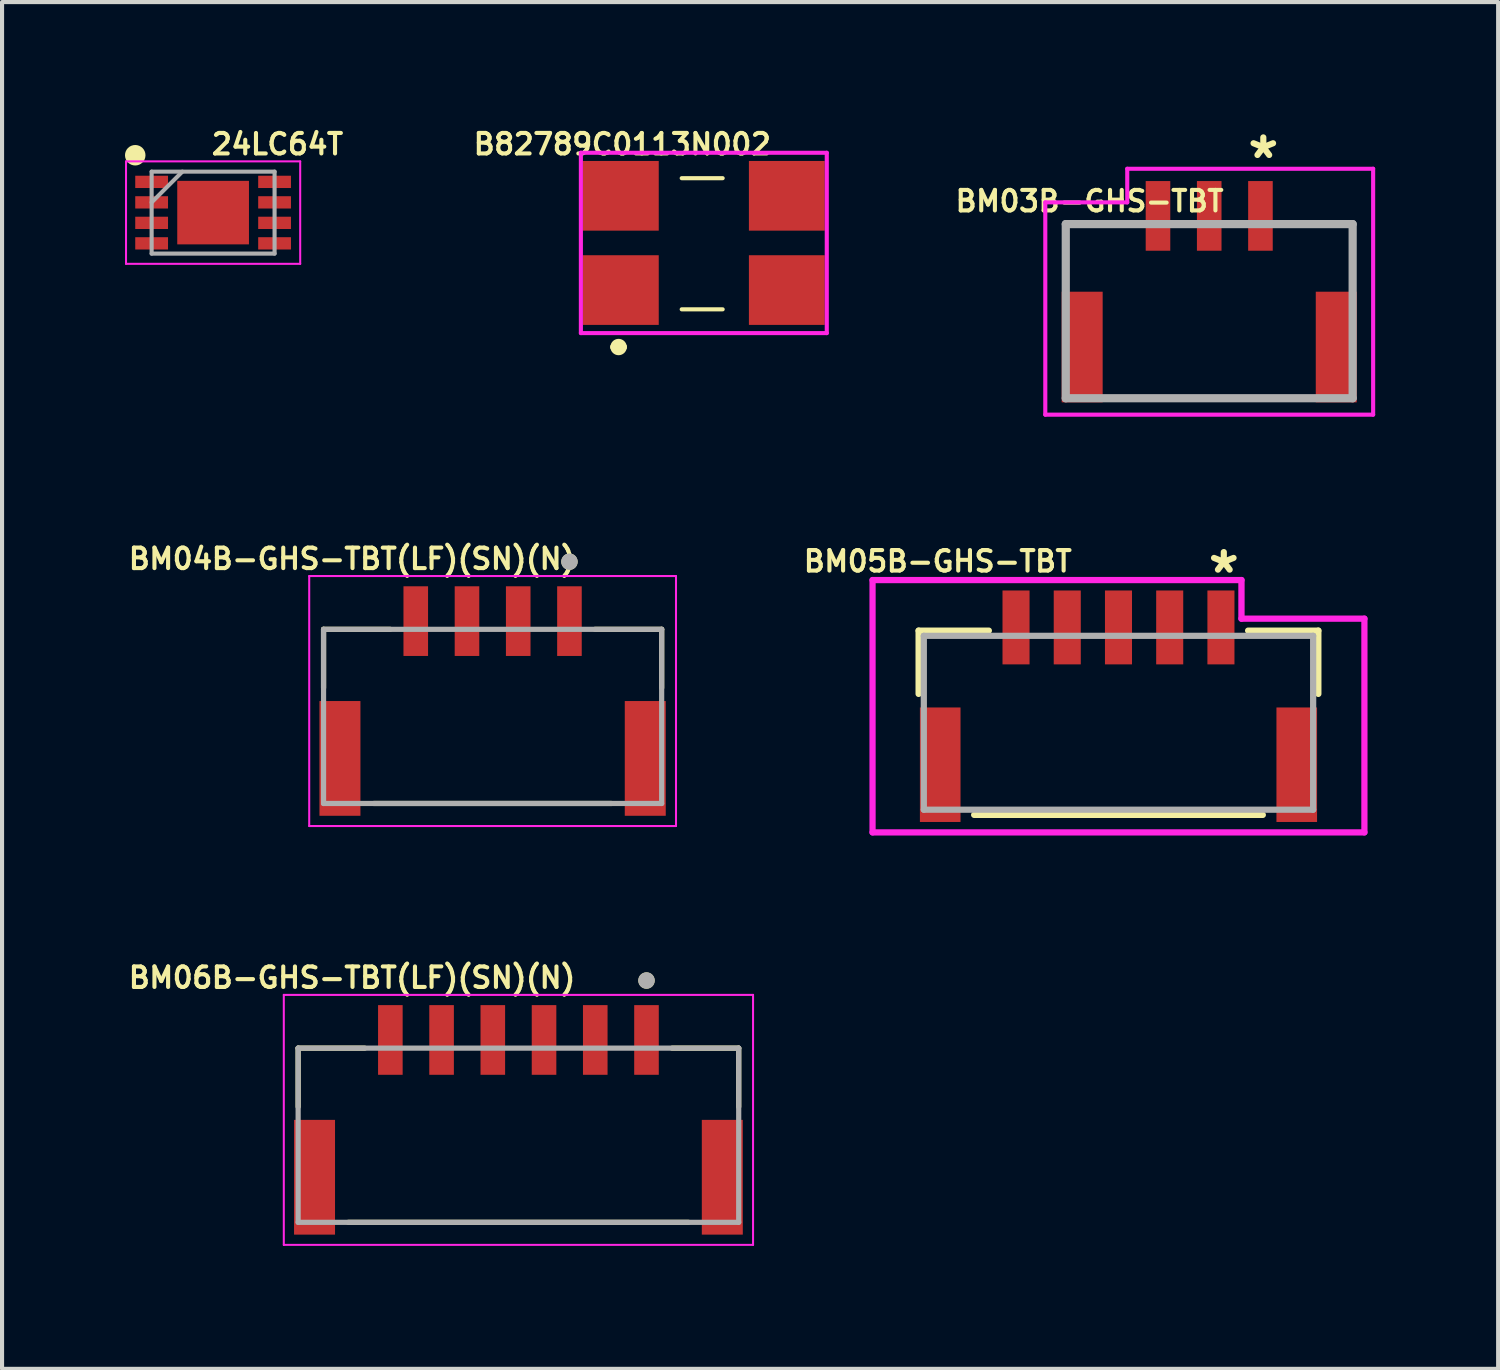
<source format=kicad_pcb>
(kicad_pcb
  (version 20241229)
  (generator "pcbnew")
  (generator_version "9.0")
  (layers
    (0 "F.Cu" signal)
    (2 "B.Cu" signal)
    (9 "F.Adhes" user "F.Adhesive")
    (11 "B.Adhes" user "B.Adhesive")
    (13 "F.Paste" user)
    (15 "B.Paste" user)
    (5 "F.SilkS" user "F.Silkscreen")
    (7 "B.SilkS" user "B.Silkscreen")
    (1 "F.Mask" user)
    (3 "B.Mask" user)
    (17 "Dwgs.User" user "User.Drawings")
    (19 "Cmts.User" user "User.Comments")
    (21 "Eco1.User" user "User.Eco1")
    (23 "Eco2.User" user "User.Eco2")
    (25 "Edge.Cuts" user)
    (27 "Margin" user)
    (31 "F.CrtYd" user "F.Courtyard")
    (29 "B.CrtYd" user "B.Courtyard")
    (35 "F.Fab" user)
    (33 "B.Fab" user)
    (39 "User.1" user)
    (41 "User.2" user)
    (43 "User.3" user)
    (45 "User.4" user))
  (footprint "BM05B-GHS-TBT"
    (layer "F.Cu")
    (at 24.242 14.586)
    (property "Reference" "BM05B-GHS-TBT" (at -4.41 -3.94 0) (layer "F.SilkS") (effects (font (size 0.5 0.5) (thickness 0.1))))
    (attr through_hole)
    (fp_line (start -4.877 -2.248) (end -4.877 -0.704) (stroke (width 0.152) (type solid)) (layer "F.SilkS"))
    (fp_line (start -3.522 2.248) (end 3.522 2.248) (stroke (width 0.152) (type solid)) (layer "F.SilkS"))
    (fp_line (start -3.163 -2.248) (end -4.877 -2.248) (stroke (width 0.152) (type solid)) (layer "F.SilkS"))
    (fp_line (start 4.877 -2.248) (end 3.163 -2.248) (stroke (width 0.152) (type solid)) (layer "F.SilkS"))
    (fp_line (start 4.877 -0.704) (end 4.877 -2.248) (stroke (width 0.152) (type solid)) (layer "F.SilkS"))
    (fp_line (start -6.001 -3.482) (end -6.001 2.675) (stroke (width 0.152) (type solid)) (layer "F.CrtYd"))
    (fp_line (start -6.001 2.675) (end 6.001 2.675) (stroke (width 0.152) (type solid)) (layer "F.CrtYd"))
    (fp_line (start 3.001 -3.482) (end -6.001 -3.482) (stroke (width 0.152) (type solid)) (layer "F.CrtYd"))
    (fp_line (start 3.001 -3.482) (end 3.001 -2.54) (stroke (width 0.154) (type solid)) (layer "F.CrtYd"))
    (fp_line (start 3.001 -2.54) (end 6.001 -2.54) (stroke (width 0.154) (type solid)) (layer "F.CrtYd"))
    (fp_line (start 6.001 2.675) (end 6.001 -2.54) (stroke (width 0.152) (type solid)) (layer "F.CrtYd"))
    (fp_line (start -4.75 -2.121) (end -4.75 2.121) (stroke (width 0.152) (type solid)) (layer "F.Fab"))
    (fp_line (start -4.75 2.121) (end 4.75 2.121) (stroke (width 0.152) (type solid)) (layer "F.Fab"))
    (fp_line (start 4.75 -2.121) (end -4.75 -2.121) (stroke (width 0.152) (type solid)) (layer "F.Fab"))
    (fp_line (start 4.75 2.121) (end 4.75 -2.121) (stroke (width 0.152) (type solid)) (layer "F.Fab"))
    (fp_text user "*" (at 2.57 -3.62 0) (layer "F.SilkS") (effects (font (size 1 1) (thickness 0.15))))
    (pad "1" smd rect (at 2.5 -2.326) (size 0.66 1.803) (layers "F.Cu" "F.Mask" "F.Paste"))
    (pad "2" smd rect (at 1.25 -2.326) (size 0.66 1.803) (layers "F.Cu" "F.Mask" "F.Paste"))
    (pad "3" smd rect (at 0 -2.326) (size 0.66 1.803) (layers "F.Cu" "F.Mask" "F.Paste"))
    (pad "4" smd rect (at -1.25 -2.326) (size 0.66 1.803) (layers "F.Cu" "F.Mask" "F.Paste"))
    (pad "5" smd rect (at -2.5 -2.326) (size 0.66 1.803) (layers "F.Cu" "F.Mask" "F.Paste"))
    (pad "S1" smd rect (at -4.35 1.024 90) (size 2.794 0.991) (layers "F.Cu" "F.Mask" "F.Paste"))
    (pad "S2" smd rect (at 4.35 1.024 90) (size 2.794 0.991) (layers "F.Cu" "F.Mask" "F.Paste")))
  (footprint "B82789C0113N002"
    (layer "F.Cu")
    (at 14.124 2.878)
    (property "Reference" "B82789C0113N002" (at -1.99 -2.41 0) (layer "F.SilkS") (effects (font (size 0.5 0.5) (thickness 0.1))))
    (attr smd)
    (fp_line (start -2.18 2.54) (end -2.18 2.54) (stroke (width 0.2) (type solid)) (layer "F.SilkS"))
    (fp_line (start -1.98 2.54) (end -1.98 2.54) (stroke (width 0.2) (type solid)) (layer "F.SilkS"))
    (fp_line (start -0.54 -1.58) (end 0.46 -1.58) (stroke (width 0.1) (type solid)) (layer "F.SilkS"))
    (fp_line (start -0.54 1.62) (end 0.46 1.62) (stroke (width 0.1) (type solid)) (layer "F.SilkS"))
    (fp_arc (start -2.18 2.54) (mid -2.08 2.44) (end -1.98 2.54) (stroke (width 0.2) (type solid)) (layer "F.SilkS"))
    (fp_arc (start -1.98 2.54) (mid -2.08 2.64) (end -2.18 2.54) (stroke (width 0.2) (type solid)) (layer "F.SilkS"))
    (fp_line (start -3 -2.2) (end 3 -2.2) (stroke (width 0.1) (type solid)) (layer "F.CrtYd"))
    (fp_line (start -3 2.2) (end -3 -2.2) (stroke (width 0.1) (type solid)) (layer "F.CrtYd"))
    (fp_line (start 3 -2.2) (end 3 2.2) (stroke (width 0.1) (type solid)) (layer "F.CrtYd"))
    (fp_line (start 3 2.2) (end -3 2.2) (stroke (width 0.1) (type solid)) (layer "F.CrtYd"))
    (pad "1" smd rect (at -2.025 1.15 90) (size 1.7 1.85) (layers "F.Cu" "F.Mask" "F.Paste"))
    (pad "2" smd rect (at 2.025 1.15 90) (size 1.7 1.85) (layers "F.Cu" "F.Mask" "F.Paste"))
    (pad "3" smd rect (at 2.025 -1.15 90) (size 1.7 1.85) (layers "F.Cu" "F.Mask" "F.Paste"))
    (pad "4" smd rect (at -2.025 -1.15 90) (size 1.7 1.85) (layers "F.Cu" "F.Mask" "F.Paste")))
  (footprint "BM03B-GHS-TBT"
    (layer "F.Cu")
    (at 26.456 3.068)
    (property "Reference" "BM03B-GHS-TBT" (at -2.92 -1.21 0) (layer "F.SilkS") (effects (font (size 0.5 0.5) (thickness 0.1))))
    (attr smd)
    (fp_line (start -3.5 -0.65) (end -3.5 0.656) (stroke (width 0.1) (type solid)) (layer "F.SilkS"))
    (fp_line (start -3.5 -0.65) (end -1.907 -0.65) (stroke (width 0.1) (type solid)) (layer "F.SilkS"))
    (fp_line (start 2.2 3.6) (end -2.2 3.6) (stroke (width 0.1) (type solid)) (layer "F.SilkS"))
    (fp_line (start 3.5 -0.65) (end 1.907 -0.65) (stroke (width 0.1) (type solid)) (layer "F.SilkS"))
    (fp_line (start 3.5 -0.65) (end 3.5 0.656) (stroke (width 0.1) (type solid)) (layer "F.SilkS"))
    (fp_line (start -4 -1.18) (end -4 4) (stroke (width 0.1) (type solid)) (layer "F.CrtYd"))
    (fp_line (start -4 4) (end 4 4) (stroke (width 0.1) (type solid)) (layer "F.CrtYd"))
    (fp_line (start -2 -2) (end -2 -1.18) (stroke (width 0.1) (type solid)) (layer "F.CrtYd"))
    (fp_line (start -2 -1.18) (end -4 -1.18) (stroke (width 0.1) (type solid)) (layer "F.CrtYd"))
    (fp_line (start 4 -2) (end -2 -2) (stroke (width 0.1) (type solid)) (layer "F.CrtYd"))
    (fp_line (start 4 4) (end 4 -2) (stroke (width 0.1) (type solid)) (layer "F.CrtYd"))
    (fp_line (start -3.5 -0.65) (end -3.5 3.6) (stroke (width 0.2) (type solid)) (layer "F.Fab"))
    (fp_line (start -3.5 3.6) (end 3.5 3.6) (stroke (width 0.2) (type solid)) (layer "F.Fab"))
    (fp_line (start 3.5 -0.65) (end -3.5 -0.65) (stroke (width 0.2) (type solid)) (layer "F.Fab"))
    (fp_line (start 3.5 3.6) (end 3.5 -0.65) (stroke (width 0.2) (type solid)) (layer "F.Fab"))
    (fp_text user "*" (at 1.32 -2.22 0) (layer "F.SilkS") (effects (font (size 1 1) (thickness 0.15))))
    (pad "1" smd rect (at 1.25 -0.85) (size 0.6 1.7) (layers "F.Cu" "F.Mask" "F.Paste"))
    (pad "2" smd rect (at 0 -0.85) (size 0.6 1.7) (layers "F.Cu" "F.Mask" "F.Paste"))
    (pad "3" smd rect (at -1.25 -0.85) (size 0.6 1.7) (layers "F.Cu" "F.Mask" "F.Paste"))
    (pad "4" smd rect (at 3.1 2.35) (size 1 2.7) (layers "F.Cu" "F.Mask" "F.Paste"))
    (pad "5" smd rect (at -3.1 2.35) (size 1 2.7) (layers "F.Cu" "F.Mask" "F.Paste")))
  (footprint "24LC64T"
    (layer "F.Cu")
    (at 2.15 2.138)
    (property "Reference" "24LC64T" (at 1.57 -1.67 0) (layer "F.SilkS") (effects (font (size 0.5 0.5) (thickness 0.1))))
    (attr smd)
    (fp_circle (center -1.9 -1.4) (end -1.9 -1.275) (stroke (width 0.25) (type solid)) (fill no) (layer "F.SilkS"))
    (fp_line (start -2.125 -1.25) (end 2.125 -1.25) (stroke (width 0.05) (type solid)) (layer "F.CrtYd"))
    (fp_line (start -2.125 1.25) (end -2.125 -1.25) (stroke (width 0.05) (type solid)) (layer "F.CrtYd"))
    (fp_line (start 2.125 -1.25) (end 2.125 1.25) (stroke (width 0.05) (type solid)) (layer "F.CrtYd"))
    (fp_line (start 2.125 1.25) (end -2.125 1.25) (stroke (width 0.05) (type solid)) (layer "F.CrtYd"))
    (fp_line (start -1.5 -1) (end 1.5 -1) (stroke (width 0.1) (type solid)) (layer "F.Fab"))
    (fp_line (start -1.5 -0.25) (end -0.75 -1) (stroke (width 0.1) (type solid)) (layer "F.Fab"))
    (fp_line (start -1.5 1) (end -1.5 -1) (stroke (width 0.1) (type solid)) (layer "F.Fab"))
    (fp_line (start 1.5 -1) (end 1.5 1) (stroke (width 0.1) (type solid)) (layer "F.Fab"))
    (fp_line (start 1.5 1) (end -1.5 1) (stroke (width 0.1) (type solid)) (layer "F.Fab"))
    (pad "1" smd rect (at -1.5 -0.75 90) (size 0.3 0.8) (layers "F.Cu" "F.Mask" "F.Paste"))
    (pad "2" smd rect (at -1.5 -0.25 90) (size 0.3 0.8) (layers "F.Cu" "F.Mask" "F.Paste"))
    (pad "3" smd rect (at -1.5 0.25 90) (size 0.3 0.8) (layers "F.Cu" "F.Mask" "F.Paste"))
    (pad "4" smd rect (at -1.5 0.75 90) (size 0.3 0.8) (layers "F.Cu" "F.Mask" "F.Paste"))
    (pad "5" smd rect (at 1.5 0.75 90) (size 0.3 0.8) (layers "F.Cu" "F.Mask" "F.Paste"))
    (pad "6" smd rect (at 1.5 0.25 90) (size 0.3 0.8) (layers "F.Cu" "F.Mask" "F.Paste"))
    (pad "7" smd rect (at 1.5 -0.25 90) (size 0.3 0.8) (layers "F.Cu" "F.Mask" "F.Paste"))
    (pad "8" smd rect (at 1.5 -0.75 90) (size 0.3 0.8) (layers "F.Cu" "F.Mask" "F.Paste"))
    (pad "9" smd rect (at 0 0 90) (size 1.55 1.75) (layers "F.Cu" "F.Mask" "F.Paste")))
  (footprint "BM04B-GHS-TBT(LF)(SN)(N)"
    (layer "F.Cu")
    (at 8.97 15.456)
    (property "Reference" "BM04B-GHS-TBT(LF)(SN)(N)" (at -3.43 -4.87 0) (layer "F.SilkS") (effects (font (size 0.5 0.5) (thickness 0.1))))
    (attr through_hole)
    (fp_line (start -4.125 -3.15) (end -2.5 -3.15) (stroke (width 0.127) (type solid)) (layer "F.SilkS"))
    (fp_line (start -4.125 -1.72) (end -4.125 -3.15) (stroke (width 0.127) (type solid)) (layer "F.SilkS"))
    (fp_line (start -2.9 1.1) (end 2.9 1.1) (stroke (width 0.127) (type solid)) (layer "F.SilkS"))
    (fp_line (start 2.5 -3.15) (end 4.125 -3.15) (stroke (width 0.127) (type solid)) (layer "F.SilkS"))
    (fp_line (start 4.125 -1.72) (end 4.125 -3.15) (stroke (width 0.127) (type solid)) (layer "F.SilkS"))
    (fp_circle (center 1.875 -4.8) (end 1.975 -4.8) (stroke (width 0.2) (type solid)) (fill no) (layer "F.SilkS"))
    (fp_line (start -4.475 -4.45) (end 4.475 -4.45) (stroke (width 0.05) (type solid)) (layer "F.CrtYd"))
    (fp_line (start -4.475 1.65) (end -4.475 -4.45) (stroke (width 0.05) (type solid)) (layer "F.CrtYd"))
    (fp_line (start 4.475 -4.45) (end 4.475 1.65) (stroke (width 0.05) (type solid)) (layer "F.CrtYd"))
    (fp_line (start 4.475 1.65) (end -4.475 1.65) (stroke (width 0.05) (type solid)) (layer "F.CrtYd"))
    (fp_line (start -4.125 -3.15) (end 4.125 -3.15) (stroke (width 0.127) (type solid)) (layer "F.Fab"))
    (fp_line (start -4.125 1.1) (end -4.125 -3.15) (stroke (width 0.127) (type solid)) (layer "F.Fab"))
    (fp_line (start 4.125 -3.15) (end 4.125 1.1) (stroke (width 0.127) (type solid)) (layer "F.Fab"))
    (fp_line (start 4.125 1.1) (end -4.125 1.1) (stroke (width 0.127) (type solid)) (layer "F.Fab"))
    (fp_circle (center 1.875 -4.8) (end 1.975 -4.8) (stroke (width 0.2) (type solid)) (fill no) (layer "F.Fab"))
    (pad "1" smd rect (at 1.875 -3.35) (size 0.6 1.7) (layers "F.Cu" "F.Mask" "F.Paste"))
    (pad "2" smd rect (at 0.625 -3.35) (size 0.6 1.7) (layers "F.Cu" "F.Mask" "F.Paste"))
    (pad "3" smd rect (at -0.625 -3.35) (size 0.6 1.7) (layers "F.Cu" "F.Mask" "F.Paste"))
    (pad "4" smd rect (at -1.875 -3.35) (size 0.6 1.7) (layers "F.Cu" "F.Mask" "F.Paste"))
    (pad "S1" smd rect (at -3.725 0) (size 1 2.8) (layers "F.Cu" "F.Mask" "F.Paste"))
    (pad "S2" smd rect (at 3.725 0) (size 1 2.8) (layers "F.Cu" "F.Mask" "F.Paste")))
  (footprint "BM06B-GHS-TBT(LF)(SN)(N)"
    (layer "F.Cu")
    (at 9.6 25.676)
    (property "Reference" "BM06B-GHS-TBT(LF)(SN)(N)" (at -4.06 -4.87 0) (layer "F.SilkS") (effects (font (size 0.5 0.5) (thickness 0.1))))
    (attr through_hole)
    (fp_line (start -5.375 -3.15) (end -3.75 -3.15) (stroke (width 0.127) (type solid)) (layer "F.SilkS"))
    (fp_line (start -5.375 -1.72) (end -5.375 -3.15) (stroke (width 0.127) (type solid)) (layer "F.SilkS"))
    (fp_line (start -4.15 1.1) (end 4.15 1.1) (stroke (width 0.127) (type solid)) (layer "F.SilkS"))
    (fp_line (start 3.75 -3.15) (end 5.375 -3.15) (stroke (width 0.127) (type solid)) (layer "F.SilkS"))
    (fp_line (start 5.375 -1.72) (end 5.375 -3.15) (stroke (width 0.127) (type solid)) (layer "F.SilkS"))
    (fp_circle (center 3.125 -4.8) (end 3.225 -4.8) (stroke (width 0.2) (type solid)) (fill no) (layer "F.SilkS"))
    (fp_line (start -5.725 -4.45) (end 5.725 -4.45) (stroke (width 0.05) (type solid)) (layer "F.CrtYd"))
    (fp_line (start -5.725 1.65) (end -5.725 -4.45) (stroke (width 0.05) (type solid)) (layer "F.CrtYd"))
    (fp_line (start 5.725 -4.45) (end 5.725 1.65) (stroke (width 0.05) (type solid)) (layer "F.CrtYd"))
    (fp_line (start 5.725 1.65) (end -5.725 1.65) (stroke (width 0.05) (type solid)) (layer "F.CrtYd"))
    (fp_line (start -5.375 -3.15) (end 5.375 -3.15) (stroke (width 0.127) (type solid)) (layer "F.Fab"))
    (fp_line (start -5.375 1.1) (end -5.375 -3.15) (stroke (width 0.127) (type solid)) (layer "F.Fab"))
    (fp_line (start 5.375 -3.15) (end 5.375 1.1) (stroke (width 0.127) (type solid)) (layer "F.Fab"))
    (fp_line (start 5.375 1.1) (end -5.375 1.1) (stroke (width 0.127) (type solid)) (layer "F.Fab"))
    (fp_circle (center 3.125 -4.8) (end 3.225 -4.8) (stroke (width 0.2) (type solid)) (fill no) (layer "F.Fab"))
    (pad "1" smd rect (at 3.125 -3.35) (size 0.6 1.7) (layers "F.Cu" "F.Mask" "F.Paste"))
    (pad "2" smd rect (at 1.875 -3.35) (size 0.6 1.7) (layers "F.Cu" "F.Mask" "F.Paste"))
    (pad "3" smd rect (at 0.625 -3.35) (size 0.6 1.7) (layers "F.Cu" "F.Mask" "F.Paste"))
    (pad "4" smd rect (at -0.625 -3.35) (size 0.6 1.7) (layers "F.Cu" "F.Mask" "F.Paste"))
    (pad "5" smd rect (at -1.875 -3.35) (size 0.6 1.7) (layers "F.Cu" "F.Mask" "F.Paste"))
    (pad "6" smd rect (at -3.125 -3.35) (size 0.6 1.7) (layers "F.Cu" "F.Mask" "F.Paste"))
    (pad "S1" smd rect (at -4.975 0) (size 1 2.8) (layers "F.Cu" "F.Mask" "F.Paste"))
    (pad "S2" smd rect (at 4.975 0) (size 1 2.8) (layers "F.Cu" "F.Mask" "F.Paste")))
  (gr_rect
    (start -3 -3)
    (end 33.506 30.351)
    (stroke (width 0.1) (type default))
    (fill no)
    (layer "Edge.Cuts")))
</source>
